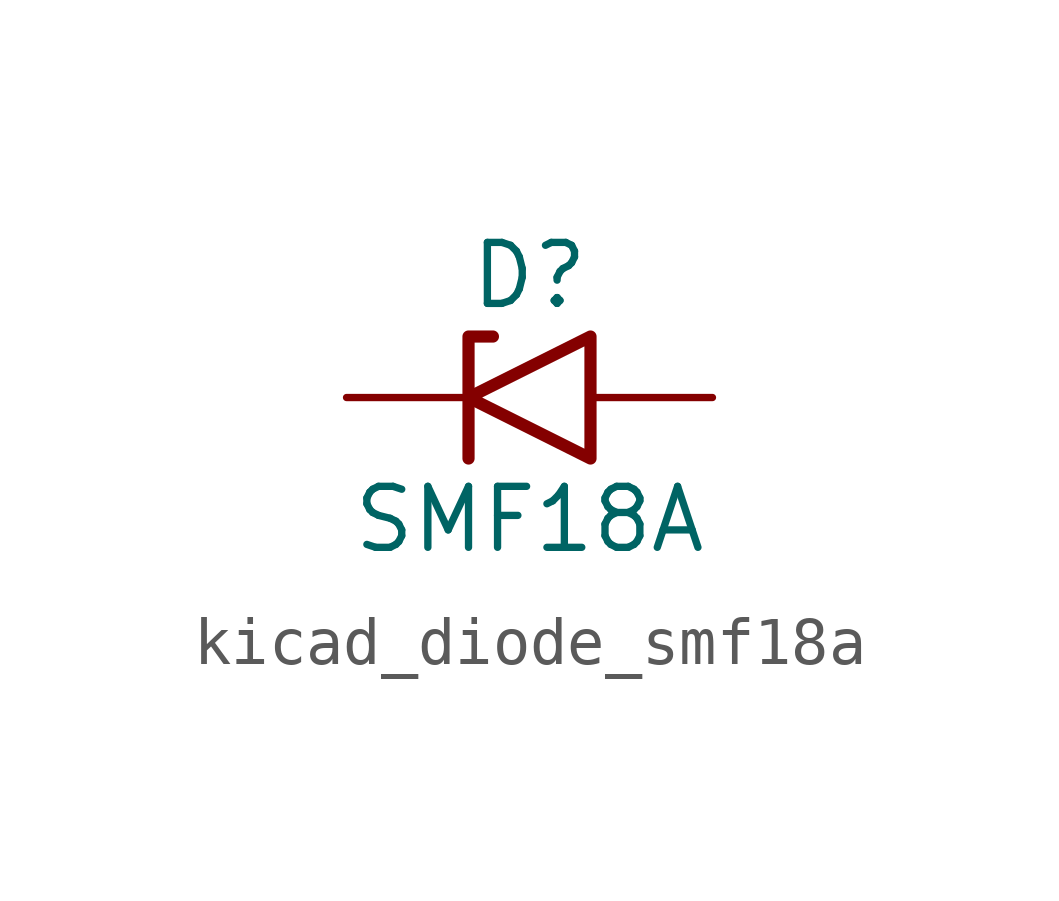
<source format=kicad_sym>
(kicad_symbol_lib
  (version 20220914)
  (generator kicad_symbol_editor)
  (symbol "kicad_diode_smf18a"
    (pin_numbers hide)
    (pin_names
      (offset 1.016) hide)
    (property "Reference" "D"
      (at 0 2.54 0)
      (effects (font (size 1.27 1.27))))
    (property "Value" "SMF18A"
      (at 0 -2.54 0)
      (effects (font (size 1.27 1.27))))
    (symbol "kicad_diode_smf18a_0_1"
      (polyline (pts (xy -0.762 1.27) (xy -1.27 1.27) (xy -1.27 -1.27)) (stroke (width 0.254) (type default)) (fill (type none)))
      (polyline (pts (xy 1.27 1.27) (xy 1.27 -1.27) (xy -1.27 0) (xy 1.27 1.27)) (stroke (width 0.254) (type default)) (fill (type none))))
    (symbol "kicad_diode_smf18a_1_1"
      (pin passive line (at -3.81 0 0) (length 2.54) (name "A1" (effects (font (size 1.27 1.27)))) (number "1" (effects (font (size 1.27 1.27)))))
      (pin passive line (at 3.81 0 180) (length 2.54) (name "A2" (effects (font (size 1.27 1.27)))) (number "2" (effects (font (size 1.27 1.27))))))))
</source>
